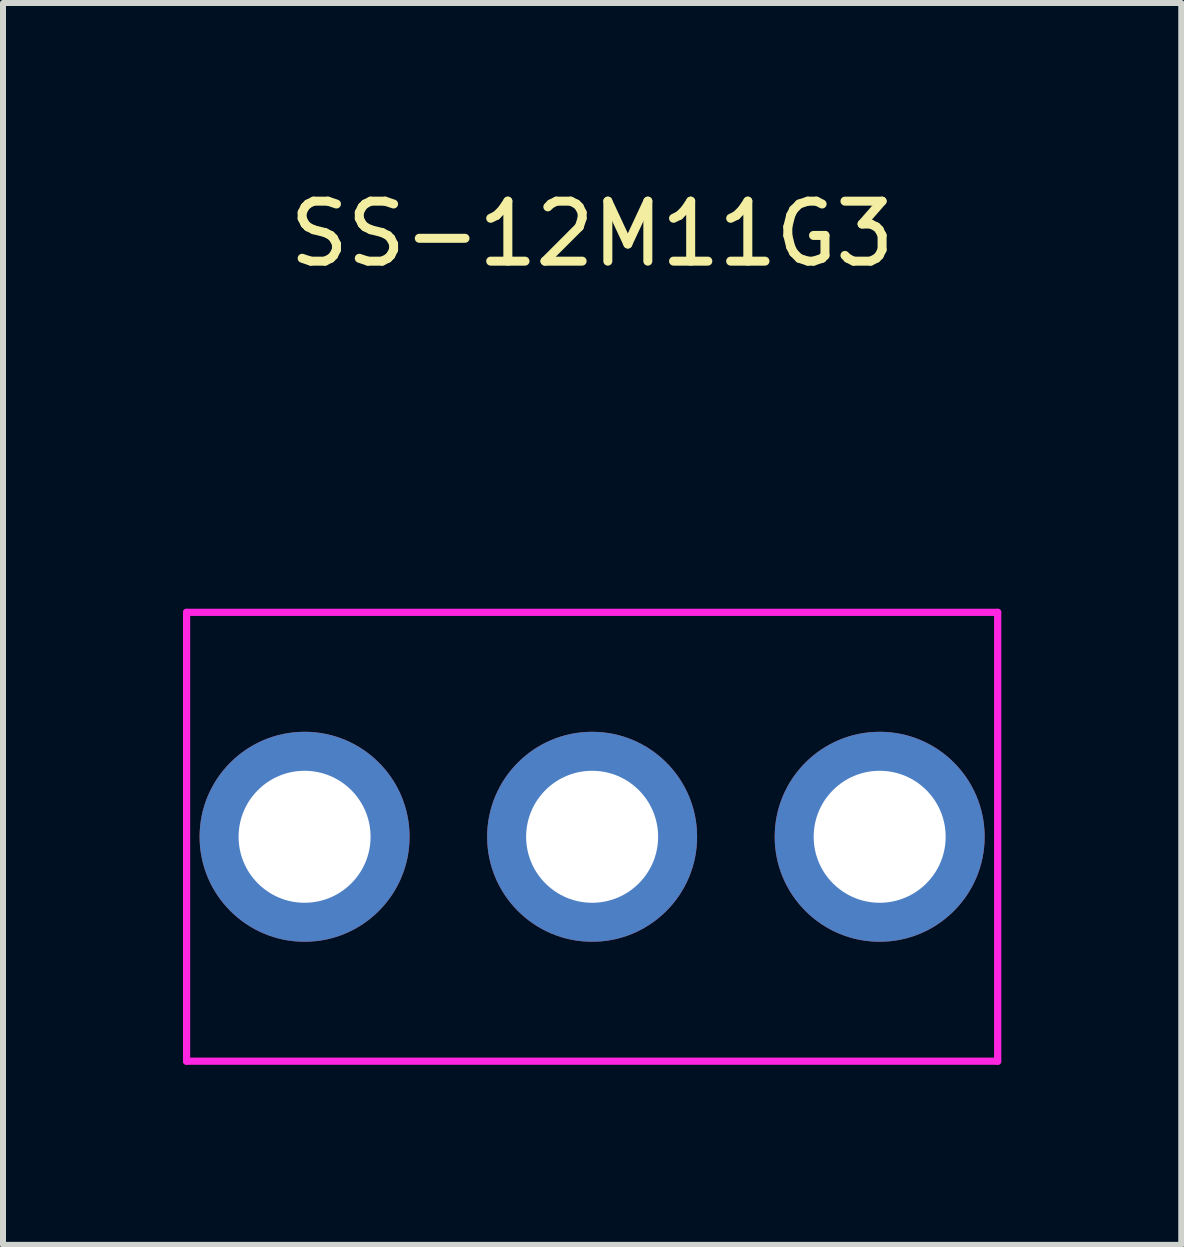
<source format=kicad_pcb>
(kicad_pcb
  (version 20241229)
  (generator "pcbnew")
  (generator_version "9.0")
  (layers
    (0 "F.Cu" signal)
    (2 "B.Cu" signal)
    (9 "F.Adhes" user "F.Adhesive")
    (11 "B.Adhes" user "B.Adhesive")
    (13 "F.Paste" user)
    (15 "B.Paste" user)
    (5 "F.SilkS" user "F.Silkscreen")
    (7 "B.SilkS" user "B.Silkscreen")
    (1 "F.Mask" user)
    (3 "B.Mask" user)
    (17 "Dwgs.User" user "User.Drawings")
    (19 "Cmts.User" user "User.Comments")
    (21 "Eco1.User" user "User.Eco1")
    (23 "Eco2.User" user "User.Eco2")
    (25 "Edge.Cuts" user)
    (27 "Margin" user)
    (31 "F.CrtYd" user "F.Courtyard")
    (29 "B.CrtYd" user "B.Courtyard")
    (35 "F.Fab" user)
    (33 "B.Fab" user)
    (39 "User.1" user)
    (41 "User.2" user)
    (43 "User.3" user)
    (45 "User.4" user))
  (footprint "SS-12M11G3"
    (layer "F.Cu")
    (at 6.82 10.898)
    (property "Reference" "SS-12M11G3" (at 0 -10.05 0) (unlocked yes) (layer "F.SilkS") (effects (font (size 1 1) (thickness 0.15))))
    (attr through_hole)
    (fp_line (start -6.76 -3.741) (end 6.76 -3.741) (stroke (width 0.12) (type solid)) (layer "F.CrtYd"))
    (fp_line (start -6.76 3.741) (end -6.76 -3.741) (stroke (width 0.12) (type solid)) (layer "F.CrtYd"))
    (fp_line (start 6.76 -3.741) (end 6.76 3.741) (stroke (width 0.12) (type solid)) (layer "F.CrtYd"))
    (fp_line (start 6.76 3.741) (end -6.76 3.741) (stroke (width 0.12) (type solid)) (layer "F.CrtYd"))
    (pad "1" thru_hole circle (at -4.793 0) (size 3.5 3.5) (drill 2.2) (layers "*.Cu" "*.Mask"))
    (pad "2" thru_hole circle (at 0 0) (size 3.5 3.5) (drill 2.2) (layers "*.Cu" "*.Mask"))
    (pad "3" thru_hole circle (at 4.793 0) (size 3.5 3.5) (drill 2.2) (layers "*.Cu" "*.Mask")))
  (gr_rect
    (start -3 -3)
    (end 16.64 17.7)
    (stroke (width 0.1) (type default))
    (fill no)
    (layer "Edge.Cuts")))
</source>
